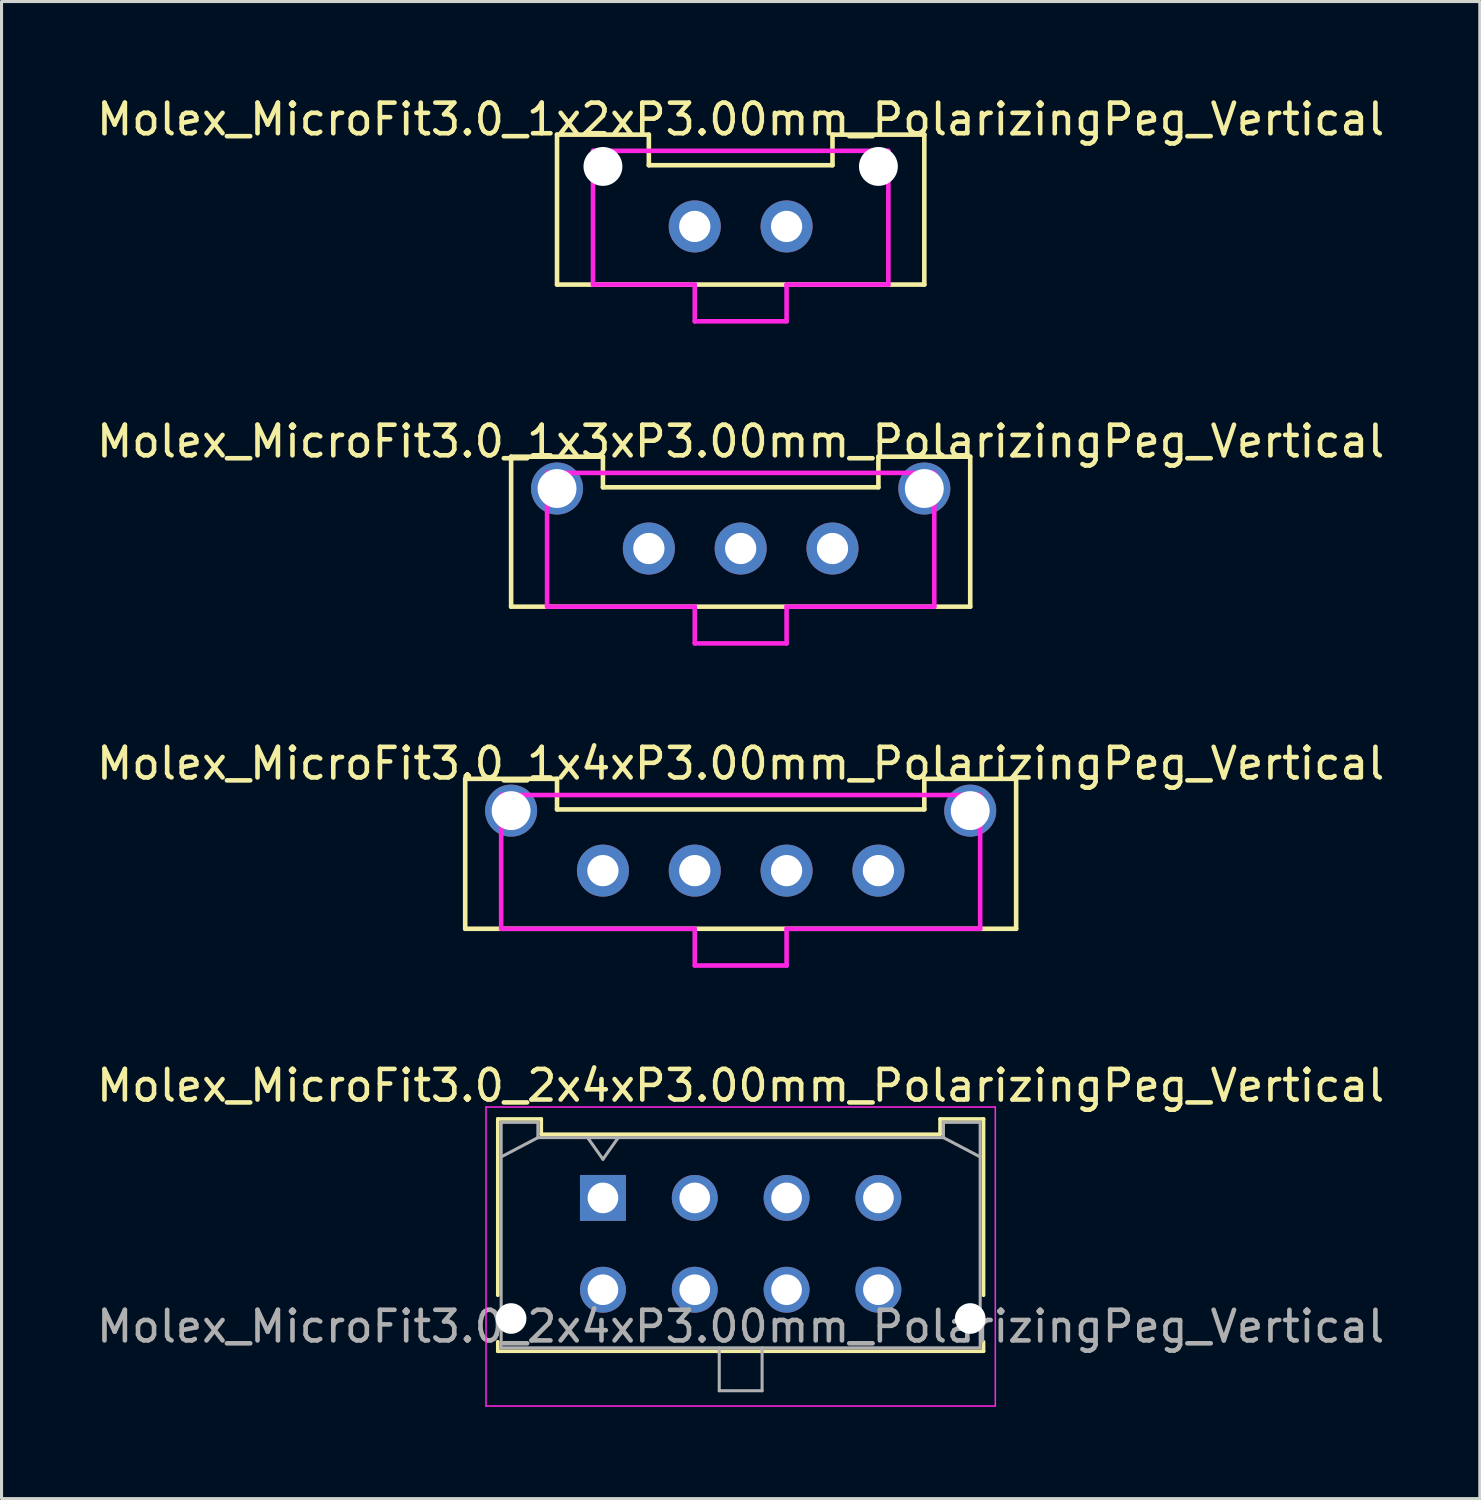
<source format=kicad_pcb>
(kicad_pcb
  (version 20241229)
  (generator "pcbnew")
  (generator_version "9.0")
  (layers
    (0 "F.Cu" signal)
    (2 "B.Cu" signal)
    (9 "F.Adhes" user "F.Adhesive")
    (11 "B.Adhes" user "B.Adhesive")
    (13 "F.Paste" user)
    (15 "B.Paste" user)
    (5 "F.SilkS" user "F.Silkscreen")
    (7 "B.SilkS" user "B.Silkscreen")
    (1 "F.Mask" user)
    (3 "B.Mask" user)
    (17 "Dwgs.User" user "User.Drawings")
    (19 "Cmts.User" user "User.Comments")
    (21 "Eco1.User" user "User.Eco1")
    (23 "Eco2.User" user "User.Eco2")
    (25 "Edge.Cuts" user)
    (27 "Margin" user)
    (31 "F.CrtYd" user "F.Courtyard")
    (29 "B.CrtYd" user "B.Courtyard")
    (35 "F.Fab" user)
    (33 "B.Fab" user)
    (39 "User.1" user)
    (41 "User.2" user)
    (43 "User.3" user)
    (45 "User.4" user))
  (footprint "Molex_MicroFit3.0_2x4xP3.00mm_PolarizingPeg_Vertical"
    (layer "F.Cu")
    (at 16.649 36.088)
    (property "Reference" "Molex_MicroFit3.0_2x4xP3.00mm_PolarizingPeg_Vertical" (at 4.5 -3.67 0) (layer "F.SilkS") (effects (font (size 1 1) (thickness 0.15))))
    (attr through_hole)
    (fp_line (start -3.435 -2.58) (end -2.015 -2.58) (stroke (width 0.12) (type solid)) (layer "F.SilkS"))
    (fp_line (start -3.435 3.18) (end -3.435 -2.58) (stroke (width 0.12) (type solid)) (layer "F.SilkS"))
    (fp_line (start -3.435 4.7) (end -3.435 5.01) (stroke (width 0.12) (type solid)) (layer "F.SilkS"))
    (fp_line (start -3.435 5.01) (end 12.435 5.01) (stroke (width 0.12) (type solid)) (layer "F.SilkS"))
    (fp_line (start -2.015 -2.58) (end -2.015 -2.08) (stroke (width 0.12) (type solid)) (layer "F.SilkS"))
    (fp_line (start -2.015 -2.08) (end 11.015 -2.08) (stroke (width 0.12) (type solid)) (layer "F.SilkS"))
    (fp_line (start 11.015 -2.58) (end 12.435 -2.58) (stroke (width 0.12) (type solid)) (layer "F.SilkS"))
    (fp_line (start 11.015 -2.08) (end 11.015 -2.58) (stroke (width 0.12) (type solid)) (layer "F.SilkS"))
    (fp_line (start 12.435 -2.58) (end 12.435 3.18) (stroke (width 0.12) (type solid)) (layer "F.SilkS"))
    (fp_line (start 12.435 5.01) (end 12.435 4.7) (stroke (width 0.12) (type solid)) (layer "F.SilkS"))
    (fp_line (start -3.82 -2.97) (end 12.82 -2.97) (stroke (width 0.05) (type solid)) (layer "F.CrtYd"))
    (fp_line (start -3.82 6.8) (end -3.82 -2.97) (stroke (width 0.05) (type solid)) (layer "F.CrtYd"))
    (fp_line (start 12.82 -2.97) (end 12.82 6.8) (stroke (width 0.05) (type solid)) (layer "F.CrtYd"))
    (fp_line (start 12.82 6.8) (end -3.82 6.8) (stroke (width 0.05) (type solid)) (layer "F.CrtYd"))
    (fp_line (start -3.325 -2.47) (end -3.325 4.9) (stroke (width 0.1) (type solid)) (layer "F.Fab"))
    (fp_line (start -3.325 -1.34) (end -2.125 -1.97) (stroke (width 0.1) (type solid)) (layer "F.Fab"))
    (fp_line (start -3.325 4.9) (end 12.325 4.9) (stroke (width 0.1) (type solid)) (layer "F.Fab"))
    (fp_line (start -2.125 -2.47) (end -3.325 -2.47) (stroke (width 0.1) (type solid)) (layer "F.Fab"))
    (fp_line (start -2.125 -1.97) (end -2.125 -2.47) (stroke (width 0.1) (type solid)) (layer "F.Fab"))
    (fp_line (start -0.5 -1.97) (end 0 -1.263) (stroke (width 0.1) (type solid)) (layer "F.Fab"))
    (fp_line (start 0 -1.263) (end 0.5 -1.97) (stroke (width 0.1) (type solid)) (layer "F.Fab"))
    (fp_line (start 3.8 4.9) (end 3.8 6.3) (stroke (width 0.1) (type solid)) (layer "F.Fab"))
    (fp_line (start 3.8 6.3) (end 5.2 6.3) (stroke (width 0.1) (type solid)) (layer "F.Fab"))
    (fp_line (start 5.2 6.3) (end 5.2 4.9) (stroke (width 0.1) (type solid)) (layer "F.Fab"))
    (fp_line (start 11.125 -2.47) (end 11.125 -1.97) (stroke (width 0.1) (type solid)) (layer "F.Fab"))
    (fp_line (start 11.125 -1.97) (end -2.125 -1.97) (stroke (width 0.1) (type solid)) (layer "F.Fab"))
    (fp_line (start 12.325 -2.47) (end 11.125 -2.47) (stroke (width 0.1) (type solid)) (layer "F.Fab"))
    (fp_line (start 12.325 -1.34) (end 11.125 -1.97) (stroke (width 0.1) (type solid)) (layer "F.Fab"))
    (fp_line (start 12.325 4.9) (end 12.325 -2.47) (stroke (width 0.1) (type solid)) (layer "F.Fab"))
    (fp_text user "${REFERENCE}" (at 4.5 4.2 0) (layer "F.Fab") (effects (font (size 1 1) (thickness 0.15))))
    (pad "" np_thru_hole circle (at -3 3.94) (size 1 1) (drill 1) (layers "*.Cu" "*.Mask"))
    (pad "" np_thru_hole circle (at 12 3.94) (size 1 1) (drill 1) (layers "*.Cu" "*.Mask"))
    (pad "1" thru_hole rect (at 0 0) (size 1.5 1.5) (drill 1) (layers "*.Cu" "*.Mask"))
    (pad "2" thru_hole circle (at 3 0) (size 1.5 1.5) (drill 1) (layers "*.Cu" "*.Mask"))
    (pad "3" thru_hole circle (at 6 0) (size 1.5 1.5) (drill 1) (layers "*.Cu" "*.Mask"))
    (pad "4" thru_hole circle (at 9 0) (size 1.5 1.5) (drill 1) (layers "*.Cu" "*.Mask"))
    (pad "5" thru_hole circle (at 0 3) (size 1.5 1.5) (drill 1) (layers "*.Cu" "*.Mask"))
    (pad "6" thru_hole circle (at 3 3) (size 1.5 1.5) (drill 1) (layers "*.Cu" "*.Mask"))
    (pad "7" thru_hole circle (at 6 3) (size 1.5 1.5) (drill 1) (layers "*.Cu" "*.Mask"))
    (pad "8" thru_hole circle (at 9 3) (size 1.5 1.5) (drill 1) (layers "*.Cu" "*.Mask")))
  (footprint "Molex_MicroFit3.0_1x4xP3.00mm_PolarizingPeg_Vertical"
    (layer "F.Cu")
    (at 16.649 25.395)
    (property "Reference" "Molex_MicroFit3.0_1x4xP3.00mm_PolarizingPeg_Vertical" (at 4.5 -3.5 0) (layer "F.SilkS") (effects (font (size 1 1) (thickness 0.15))))
    (attr through_hole)
    (fp_line (start -4.5 -3) (end -1.5 -3) (stroke (width 0.15) (type solid)) (layer "F.SilkS"))
    (fp_line (start -4.5 1.9) (end -4.5 -3) (stroke (width 0.15) (type solid)) (layer "F.SilkS"))
    (fp_line (start -1.5 -3) (end -1.5 -2) (stroke (width 0.15) (type solid)) (layer "F.SilkS"))
    (fp_line (start -1.5 -2) (end 10.5 -2) (stroke (width 0.15) (type solid)) (layer "F.SilkS"))
    (fp_line (start 10.5 -3) (end 13.5 -3) (stroke (width 0.15) (type solid)) (layer "F.SilkS"))
    (fp_line (start 10.5 -2) (end 10.5 -3) (stroke (width 0.15) (type solid)) (layer "F.SilkS"))
    (fp_line (start 13.5 -3) (end 13.5 1.9) (stroke (width 0.15) (type solid)) (layer "F.SilkS"))
    (fp_line (start 13.5 1.9) (end -4.5 1.9) (stroke (width 0.15) (type solid)) (layer "F.SilkS"))
    (fp_line (start -3.325 -2.47) (end 12.325 -2.47) (stroke (width 0.15) (type solid)) (layer "F.CrtYd"))
    (fp_line (start -3.325 1.9) (end -3.325 -2.47) (stroke (width 0.15) (type solid)) (layer "F.CrtYd"))
    (fp_line (start 3 1.9) (end -3.325 1.9) (stroke (width 0.15) (type solid)) (layer "F.CrtYd"))
    (fp_line (start 3 3.1) (end 3 1.9) (stroke (width 0.15) (type solid)) (layer "F.CrtYd"))
    (fp_line (start 6 1.9) (end 6 3.1) (stroke (width 0.15) (type solid)) (layer "F.CrtYd"))
    (fp_line (start 6 3.1) (end 3 3.1) (stroke (width 0.15) (type solid)) (layer "F.CrtYd"))
    (fp_line (start 12.325 -2.47) (end 12.325 1.9) (stroke (width 0.15) (type solid)) (layer "F.CrtYd"))
    (fp_line (start 12.325 1.9) (end 6 1.9) (stroke (width 0.15) (type solid)) (layer "F.CrtYd"))
    (pad "" np_thru_hole circle (at -3 -1.96) (size 1.7 1.7) (drill 1.27) (layers "*.Cu" "*.Mask"))
    (pad "" np_thru_hole circle (at 12 -1.96) (size 1.7 1.7) (drill 1.27) (layers "*.Cu" "*.Mask"))
    (pad "1" thru_hole circle (at 0 0) (size 1.7 1.7) (drill 1.02) (layers "*.Cu" "*.Mask"))
    (pad "2" thru_hole circle (at 3 0) (size 1.7 1.7) (drill 1.02) (layers "*.Cu" "*.Mask"))
    (pad "3" thru_hole circle (at 6 0) (size 1.7 1.7) (drill 1.02) (layers "*.Cu" "*.Mask"))
    (pad "4" thru_hole circle (at 9 0) (size 1.7 1.7) (drill 1.02) (layers "*.Cu" "*.Mask")))
  (footprint "Molex_MicroFit3.0_1x2xP3.00mm_PolarizingPeg_Vertical"
    (layer "F.Cu")
    (at 19.649 4.348)
    (property "Reference" "Molex_MicroFit3.0_1x2xP3.00mm_PolarizingPeg_Vertical" (at 1.5 -3.5 0) (layer "F.SilkS") (effects (font (size 1 1) (thickness 0.15))))
    (attr through_hole)
    (fp_line (start -4.5 -3) (end -1.5 -3) (stroke (width 0.15) (type solid)) (layer "F.SilkS"))
    (fp_line (start -4.5 1.9) (end -4.5 -3) (stroke (width 0.15) (type solid)) (layer "F.SilkS"))
    (fp_line (start -1.5 -3) (end -1.5 -2) (stroke (width 0.15) (type solid)) (layer "F.SilkS"))
    (fp_line (start -1.5 -2) (end 4.5 -2) (stroke (width 0.15) (type solid)) (layer "F.SilkS"))
    (fp_line (start 4.5 -3) (end 7.5 -3) (stroke (width 0.15) (type solid)) (layer "F.SilkS"))
    (fp_line (start 4.5 -2) (end 4.5 -3) (stroke (width 0.15) (type solid)) (layer "F.SilkS"))
    (fp_line (start 7.5 -3) (end 7.5 1.9) (stroke (width 0.15) (type solid)) (layer "F.SilkS"))
    (fp_line (start 7.5 1.9) (end -4.5 1.9) (stroke (width 0.15) (type solid)) (layer "F.SilkS"))
    (fp_line (start -3.325 -2.47) (end 6.325 -2.47) (stroke (width 0.15) (type solid)) (layer "F.CrtYd"))
    (fp_line (start -3.325 1.9) (end -3.325 -2.47) (stroke (width 0.15) (type solid)) (layer "F.CrtYd"))
    (fp_line (start 0 1.9) (end -3.325 1.9) (stroke (width 0.15) (type solid)) (layer "F.CrtYd"))
    (fp_line (start 0 3.1) (end 0 1.9) (stroke (width 0.15) (type solid)) (layer "F.CrtYd"))
    (fp_line (start 3 1.9) (end 3 3.1) (stroke (width 0.15) (type solid)) (layer "F.CrtYd"))
    (fp_line (start 3 3.1) (end 0 3.1) (stroke (width 0.15) (type solid)) (layer "F.CrtYd"))
    (fp_line (start 6.325 -2.47) (end 6.325 1.9) (stroke (width 0.15) (type solid)) (layer "F.CrtYd"))
    (fp_line (start 6.325 1.9) (end 3 1.9) (stroke (width 0.15) (type solid)) (layer "F.CrtYd"))
    (pad "" np_thru_hole circle (at -3 -1.96) (size 1.27 1.27) (drill 1.27) (layers "*.Cu" "*.Mask"))
    (pad "" np_thru_hole circle (at 6 -1.96) (size 1.27 1.27) (drill 1.27) (layers "*.Cu" "*.Mask"))
    (pad "1" thru_hole circle (at 0 0) (size 1.7 1.7) (drill 1.02) (layers "*.Cu" "*.Mask"))
    (pad "2" thru_hole circle (at 3 0) (size 1.7 1.7) (drill 1.02) (layers "*.Cu" "*.Mask")))
  (footprint "Molex_MicroFit3.0_1x3xP3.00mm_PolarizingPeg_Vertical"
    (layer "F.Cu")
    (at 18.149 14.871)
    (property "Reference" "Molex_MicroFit3.0_1x3xP3.00mm_PolarizingPeg_Vertical" (at 3 -3.5 0) (layer "F.SilkS") (effects (font (size 1 1) (thickness 0.15))))
    (attr through_hole)
    (fp_line (start -4.5 -3) (end -1.5 -3) (stroke (width 0.15) (type solid)) (layer "F.SilkS"))
    (fp_line (start -4.5 1.9) (end -4.5 -3) (stroke (width 0.15) (type solid)) (layer "F.SilkS"))
    (fp_line (start -1.5 -3) (end -1.5 -2) (stroke (width 0.15) (type solid)) (layer "F.SilkS"))
    (fp_line (start -1.5 -2) (end 7.5 -2) (stroke (width 0.15) (type solid)) (layer "F.SilkS"))
    (fp_line (start 7.5 -3) (end 10.5 -3) (stroke (width 0.15) (type solid)) (layer "F.SilkS"))
    (fp_line (start 7.5 -2) (end 7.5 -3) (stroke (width 0.15) (type solid)) (layer "F.SilkS"))
    (fp_line (start 10.5 -3) (end 10.5 1.9) (stroke (width 0.15) (type solid)) (layer "F.SilkS"))
    (fp_line (start 10.5 1.9) (end -4.5 1.9) (stroke (width 0.15) (type solid)) (layer "F.SilkS"))
    (fp_line (start -3.325 -2.47) (end 9.325 -2.47) (stroke (width 0.15) (type solid)) (layer "F.CrtYd"))
    (fp_line (start -3.325 1.9) (end -3.325 -2.47) (stroke (width 0.15) (type solid)) (layer "F.CrtYd"))
    (fp_line (start 1.5 1.9) (end -3.325 1.9) (stroke (width 0.15) (type solid)) (layer "F.CrtYd"))
    (fp_line (start 1.5 3.1) (end 1.5 1.9) (stroke (width 0.15) (type solid)) (layer "F.CrtYd"))
    (fp_line (start 4.5 1.9) (end 4.5 3.1) (stroke (width 0.15) (type solid)) (layer "F.CrtYd"))
    (fp_line (start 4.5 3.1) (end 1.5 3.1) (stroke (width 0.15) (type solid)) (layer "F.CrtYd"))
    (fp_line (start 9.325 -2.47) (end 9.325 1.9) (stroke (width 0.15) (type solid)) (layer "F.CrtYd"))
    (fp_line (start 9.325 1.9) (end 4.5 1.9) (stroke (width 0.15) (type solid)) (layer "F.CrtYd"))
    (pad "" np_thru_hole circle (at -3 -1.96) (size 1.7 1.7) (drill 1.27) (layers "*.Cu" "*.Mask"))
    (pad "" np_thru_hole circle (at 9 -1.96) (size 1.7 1.7) (drill 1.27) (layers "*.Cu" "*.Mask"))
    (pad "1" thru_hole circle (at 0 0) (size 1.7 1.7) (drill 1.02) (layers "*.Cu" "*.Mask"))
    (pad "2" thru_hole circle (at 3 0) (size 1.7 1.7) (drill 1.02) (layers "*.Cu" "*.Mask"))
    (pad "3" thru_hole circle (at 6 0) (size 1.7 1.7) (drill 1.02) (layers "*.Cu" "*.Mask")))
  (gr_rect
    (start -3 -3)
    (end 45.298 45.913)
    (stroke (width 0.1) (type default))
    (fill no)
    (layer "Edge.Cuts")))
</source>
